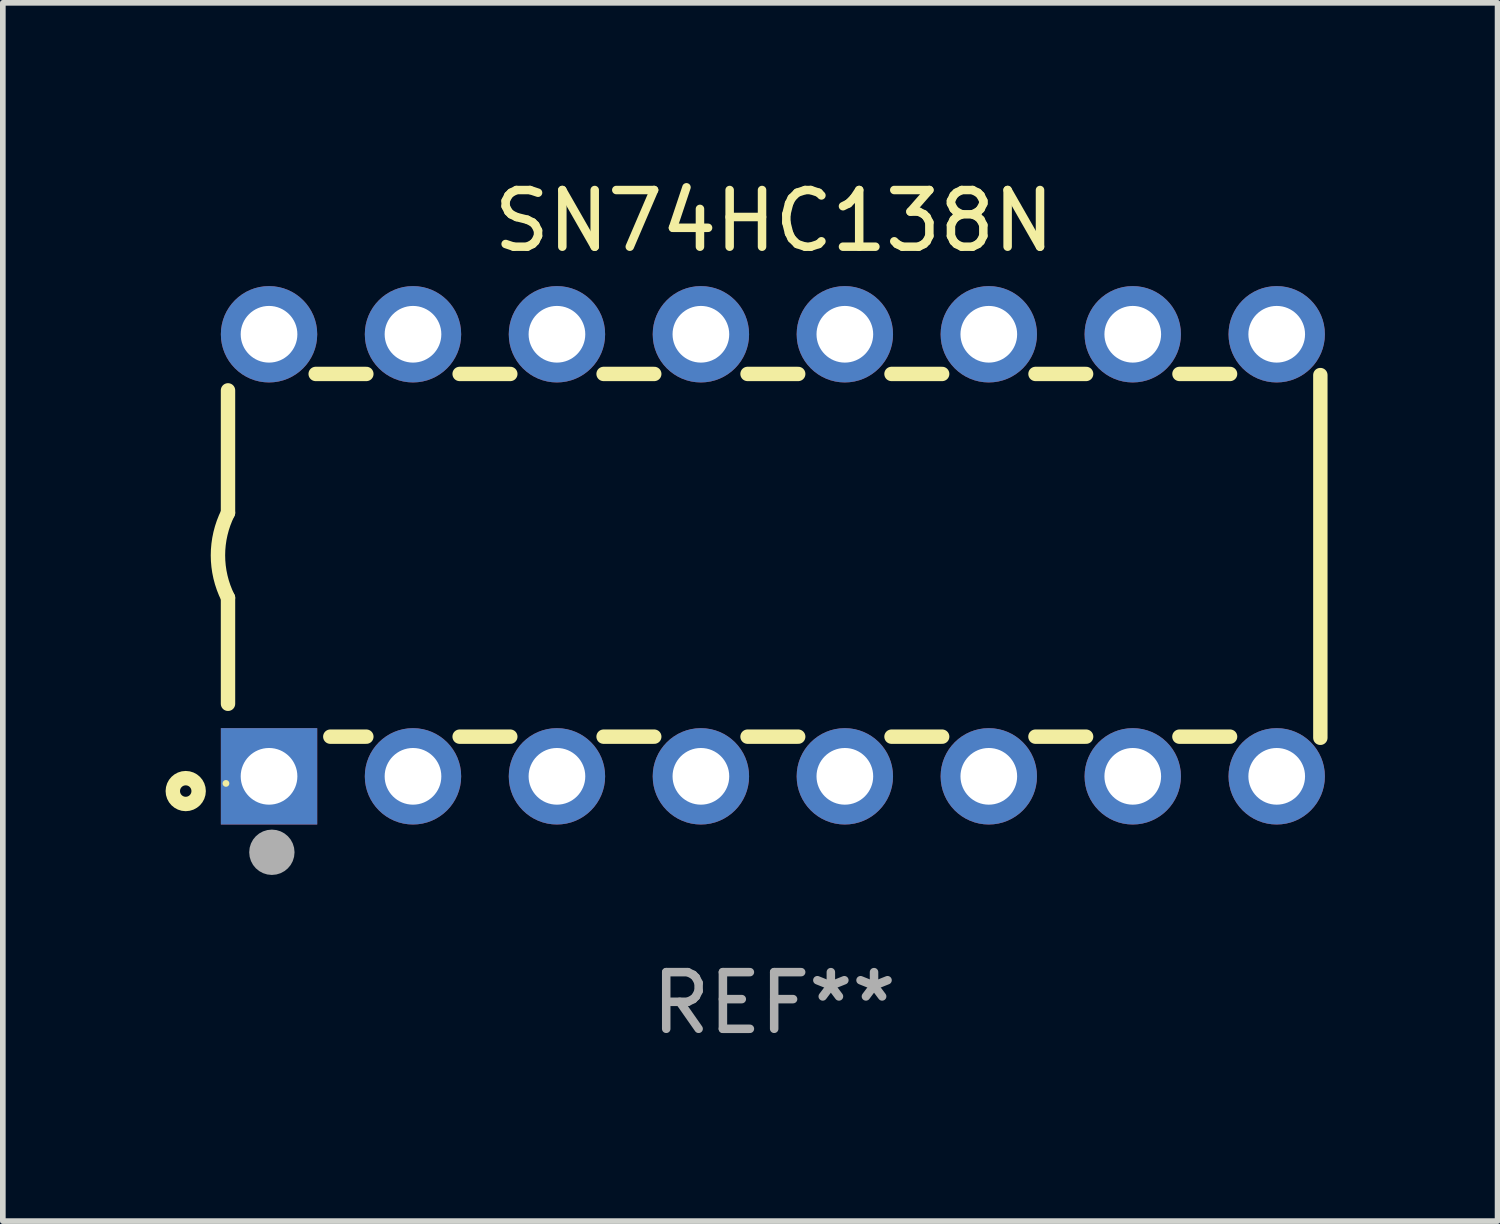
<source format=kicad_pcb>
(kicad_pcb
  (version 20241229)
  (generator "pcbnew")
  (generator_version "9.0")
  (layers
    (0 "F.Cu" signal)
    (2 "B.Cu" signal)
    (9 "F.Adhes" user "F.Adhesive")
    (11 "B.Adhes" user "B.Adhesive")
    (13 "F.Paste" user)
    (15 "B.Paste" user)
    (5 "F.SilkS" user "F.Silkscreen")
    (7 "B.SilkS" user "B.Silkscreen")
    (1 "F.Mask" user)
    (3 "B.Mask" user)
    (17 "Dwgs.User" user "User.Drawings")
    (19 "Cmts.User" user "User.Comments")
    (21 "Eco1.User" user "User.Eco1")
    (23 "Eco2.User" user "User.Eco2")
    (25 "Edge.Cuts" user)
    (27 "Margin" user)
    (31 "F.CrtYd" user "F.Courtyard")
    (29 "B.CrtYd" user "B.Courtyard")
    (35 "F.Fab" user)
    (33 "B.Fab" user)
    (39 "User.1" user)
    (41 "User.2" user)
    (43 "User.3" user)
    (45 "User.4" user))
  (footprint "SN74HC138N"
    (layer "F.Cu")
    (at 10.61 6.748)
    (property "Reference" "SN74HC138N" (at 0 -5.9 0) (layer "F.SilkS") (effects (font (size 1 1) (thickness 0.15))))
    (attr through_hole)
    (fp_line (start -9.637 -0.749) (end -9.637 -2.91) (stroke (width 0.254) (type solid)) (layer "F.SilkS"))
    (fp_line (start -9.637 0.749) (end -9.637 2.62) (stroke (width 0.254) (type solid)) (layer "F.SilkS"))
    (fp_line (start -8.09 -3.2) (end -7.196 -3.2) (stroke (width 0.254) (type solid)) (layer "F.SilkS"))
    (fp_line (start -7.832 3.2) (end -7.196 3.2) (stroke (width 0.254) (type solid)) (layer "F.SilkS"))
    (fp_line (start -5.55 3.2) (end -4.656 3.2) (stroke (width 0.254) (type solid)) (layer "F.SilkS"))
    (fp_line (start -5.55 -3.2) (end -4.656 -3.2) (stroke (width 0.254) (type solid)) (layer "F.SilkS"))
    (fp_line (start -3.01 3.2) (end -2.116 3.2) (stroke (width 0.254) (type solid)) (layer "F.SilkS"))
    (fp_line (start -3.01 -3.2) (end -2.116 -3.2) (stroke (width 0.254) (type solid)) (layer "F.SilkS"))
    (fp_line (start -0.47 3.2) (end 0.424 3.2) (stroke (width 0.254) (type solid)) (layer "F.SilkS"))
    (fp_line (start -0.47 -3.2) (end 0.424 -3.2) (stroke (width 0.254) (type solid)) (layer "F.SilkS"))
    (fp_line (start 2.07 3.2) (end 2.964 3.2) (stroke (width 0.254) (type solid)) (layer "F.SilkS"))
    (fp_line (start 2.07 -3.2) (end 2.964 -3.2) (stroke (width 0.254) (type solid)) (layer "F.SilkS"))
    (fp_line (start 4.61 3.2) (end 5.504 3.2) (stroke (width 0.254) (type solid)) (layer "F.SilkS"))
    (fp_line (start 4.611 -3.2) (end 5.504 -3.2) (stroke (width 0.254) (type solid)) (layer "F.SilkS"))
    (fp_line (start 7.15 3.2) (end 8.044 3.2) (stroke (width 0.254) (type solid)) (layer "F.SilkS"))
    (fp_line (start 7.151 -3.2) (end 8.044 -3.2) (stroke (width 0.254) (type solid)) (layer "F.SilkS"))
    (fp_line (start 9.637 -3.18) (end 9.637 3.22) (stroke (width 0.254) (type solid)) (layer "F.SilkS"))
    (fp_arc (start -9.637326 0.749403) (mid -9.814244 0.000003) (end -9.637351 -0.749403) (stroke (width 0.254001) (type solid)) (layer "F.SilkS"))
    (fp_circle (center -10.383 4.16) (end -10.282 4.16) (stroke (width 0.254) (type solid)) (fill no) (layer "F.SilkS"))
    (fp_circle (center -9.673 4.025) (end -9.643 4.025) (stroke (width 0.06) (type solid)) (fill no) (layer "F.SilkS"))
    (fp_circle (center -8.863 5.24) (end -8.663 5.24) (stroke (width 0.4) (type solid)) (fill no) (layer "F.Fab"))
    (fp_text user "REF**" (at 0 7.9 0) (layer "F.Fab") (effects (font (size 1 1) (thickness 0.15))))
    (pad "1" thru_hole rect (at -8.913 3.9) (size 1.7 1.7) (drill 1) (layers "*.Cu" "*.Mask"))
    (pad "2" thru_hole circle (at -6.373 3.9) (size 1.7 1.7) (drill 1) (layers "*.Cu" "*.Mask"))
    (pad "3" thru_hole circle (at -3.833 3.9) (size 1.7 1.7) (drill 1) (layers "*.Cu" "*.Mask"))
    (pad "4" thru_hole circle (at -1.293 3.9) (size 1.7 1.7) (drill 1) (layers "*.Cu" "*.Mask"))
    (pad "5" thru_hole circle (at 1.247 3.9) (size 1.7 1.7) (drill 1) (layers "*.Cu" "*.Mask"))
    (pad "6" thru_hole circle (at 3.787 3.9) (size 1.7 1.7) (drill 1) (layers "*.Cu" "*.Mask"))
    (pad "7" thru_hole circle (at 6.327 3.9) (size 1.7 1.7) (drill 1) (layers "*.Cu" "*.Mask"))
    (pad "8" thru_hole circle (at 8.867 3.9) (size 1.7 1.7) (drill 1) (layers "*.Cu" "*.Mask"))
    (pad "9" thru_hole circle (at 8.867 -3.9) (size 1.7 1.7) (drill 1) (layers "*.Cu" "*.Mask"))
    (pad "10" thru_hole circle (at 6.327 -3.9) (size 1.7 1.7) (drill 1) (layers "*.Cu" "*.Mask"))
    (pad "11" thru_hole circle (at 3.787 -3.9) (size 1.7 1.7) (drill 1) (layers "*.Cu" "*.Mask"))
    (pad "12" thru_hole circle (at 1.247 -3.9) (size 1.7 1.7) (drill 1) (layers "*.Cu" "*.Mask"))
    (pad "13" thru_hole circle (at -1.293 -3.9) (size 1.7 1.7) (drill 1) (layers "*.Cu" "*.Mask"))
    (pad "14" thru_hole circle (at -3.833 -3.9) (size 1.7 1.7) (drill 1) (layers "*.Cu" "*.Mask"))
    (pad "15" thru_hole circle (at -6.373 -3.9) (size 1.7 1.7) (drill 1) (layers "*.Cu" "*.Mask"))
    (pad "16" thru_hole circle (at -8.913 -3.9) (size 1.7 1.7) (drill 1) (layers "*.Cu" "*.Mask")))
  (gr_rect
    (start -3 -3)
    (end 23.374 18.496)
    (stroke (width 0.1) (type default))
    (fill no)
    (layer "Edge.Cuts")))
</source>
